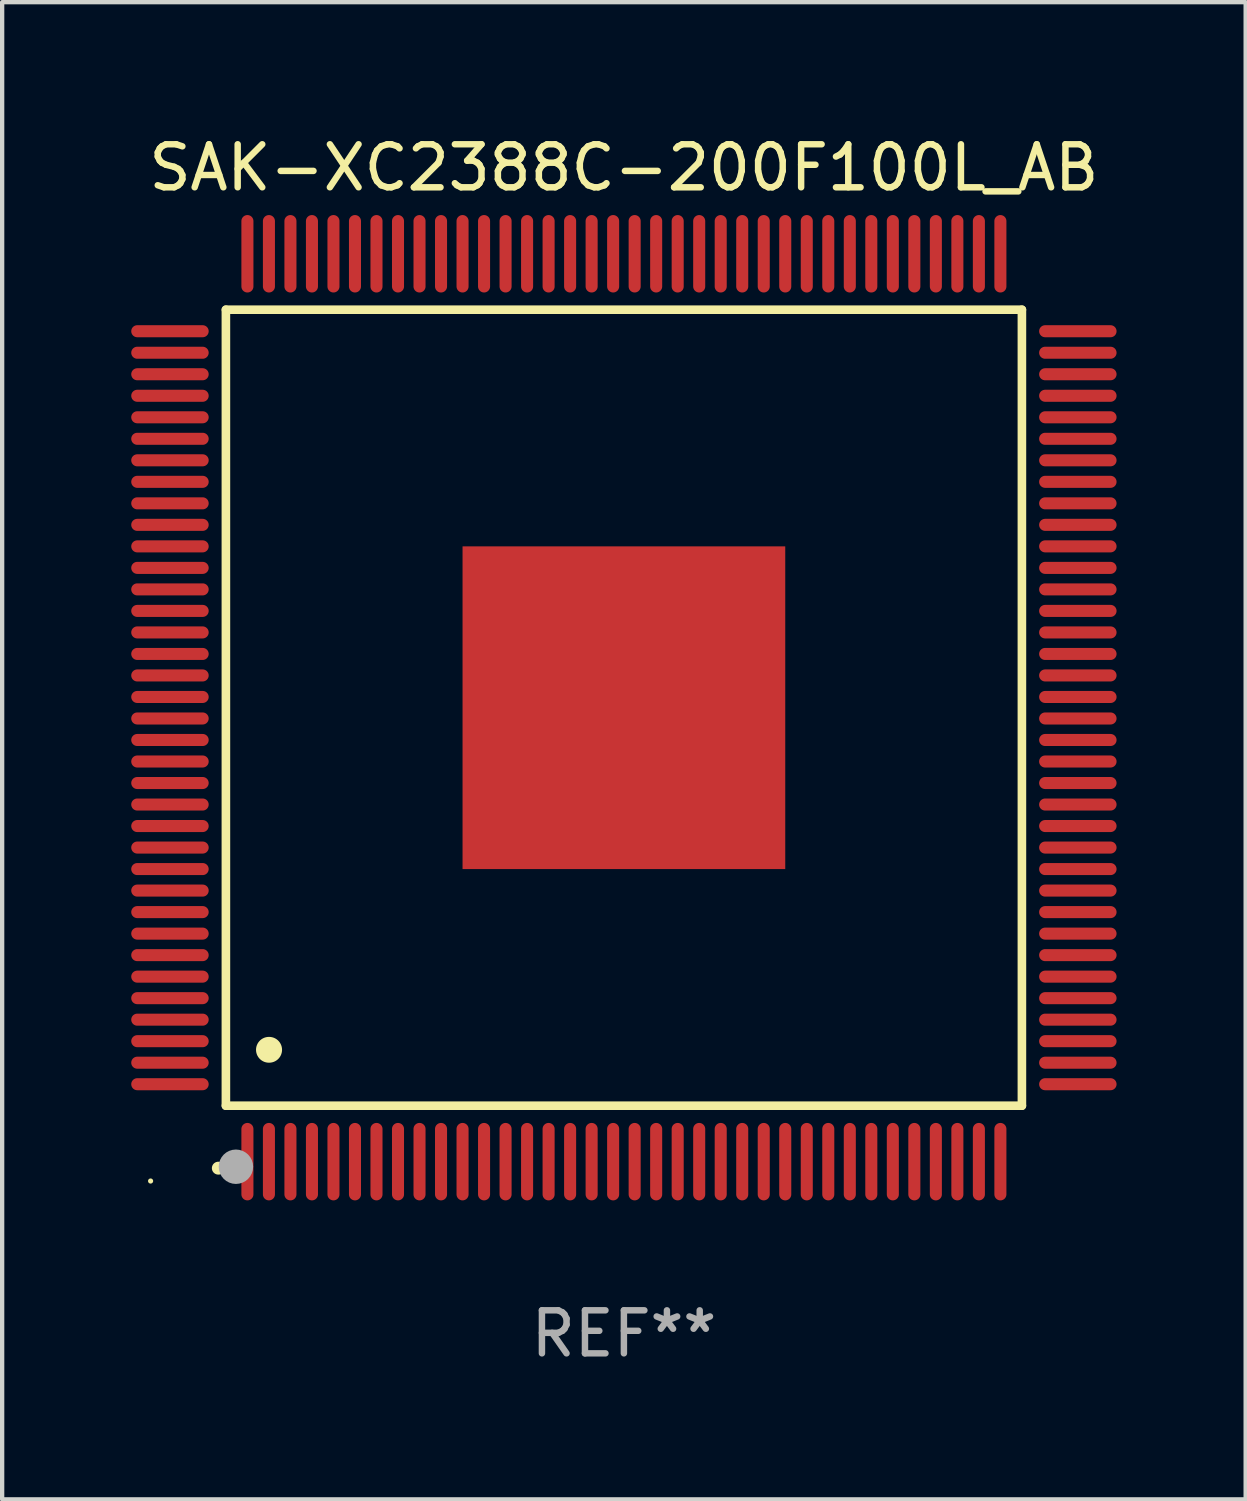
<source format=kicad_pcb>
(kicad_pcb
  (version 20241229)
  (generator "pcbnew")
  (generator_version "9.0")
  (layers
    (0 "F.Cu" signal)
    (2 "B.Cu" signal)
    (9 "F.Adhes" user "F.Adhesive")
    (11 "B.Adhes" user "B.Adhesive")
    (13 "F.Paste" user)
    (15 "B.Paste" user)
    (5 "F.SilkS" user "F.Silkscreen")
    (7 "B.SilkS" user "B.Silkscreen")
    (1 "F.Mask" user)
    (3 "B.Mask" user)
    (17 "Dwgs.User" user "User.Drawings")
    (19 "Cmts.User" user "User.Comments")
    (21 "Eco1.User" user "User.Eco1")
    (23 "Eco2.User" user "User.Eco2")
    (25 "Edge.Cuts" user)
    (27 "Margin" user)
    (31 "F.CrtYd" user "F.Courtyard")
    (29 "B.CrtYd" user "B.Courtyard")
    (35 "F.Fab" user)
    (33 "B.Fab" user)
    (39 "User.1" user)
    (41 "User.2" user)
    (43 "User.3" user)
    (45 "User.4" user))
  (footprint "SAK-XC2388C-200F100L_AB"
    (layer "F.Cu")
    (at 11.45 13.398)
    (property "Reference" "SAK-XC2388C-200F100L_AB" (at 0 -12.55 0) (layer "F.SilkS") (effects (font (size 1 1) (thickness 0.15))))
    (attr through_hole)
    (fp_line (start -9.25 -9.25) (end 9.25 -9.25) (stroke (width 0.2) (type solid)) (layer "F.SilkS"))
    (fp_line (start -9.25 9.25) (end -9.25 -9.25) (stroke (width 0.2) (type solid)) (layer "F.SilkS"))
    (fp_line (start 9.25 -9.25) (end 9.25 9.25) (stroke (width 0.2) (type solid)) (layer "F.SilkS"))
    (fp_line (start 9.25 9.25) (end -9.25 9.25) (stroke (width 0.2) (type solid)) (layer "F.SilkS"))
    (fp_arc (start -9.425959 10.701041) (mid -9.424689 10.701036) (end -9.423419 10.701041) (stroke (width 0.3) (type solid)) (layer "F.SilkS"))
    (fp_arc (start -8.249936 7.950216) (mid -8.247396 7.950205) (end -8.244856 7.950216) (stroke (width 0.6) (type solid)) (layer "F.SilkS"))
    (fp_circle (center -11 11) (end -10.97 11) (stroke (width 0.06) (type solid)) (fill no) (layer "F.SilkS"))
    (fp_circle (center -9.017 10.668) (end -8.817 10.668) (stroke (width 0.4) (type solid)) (fill no) (layer "F.Fab"))
    (fp_text user "REF**" (at 0 14.55 0) (layer "F.Fab") (effects (font (size 1 1) (thickness 0.15))))
    (pad "1" smd oval (at -8.75 10.55 180) (size 0.28 1.8) (layers "F.Cu" "F.Mask" "F.Paste"))
    (pad "2" smd oval (at -8.25 10.55 180) (size 0.28 1.8) (layers "F.Cu" "F.Mask" "F.Paste"))
    (pad "3" smd oval (at -7.75 10.55 180) (size 0.28 1.8) (layers "F.Cu" "F.Mask" "F.Paste"))
    (pad "4" smd oval (at -7.25 10.55 180) (size 0.28 1.8) (layers "F.Cu" "F.Mask" "F.Paste"))
    (pad "5" smd oval (at -6.75 10.55 180) (size 0.28 1.8) (layers "F.Cu" "F.Mask" "F.Paste"))
    (pad "6" smd oval (at -6.25 10.55 180) (size 0.28 1.8) (layers "F.Cu" "F.Mask" "F.Paste"))
    (pad "7" smd oval (at -5.75 10.55 180) (size 0.28 1.8) (layers "F.Cu" "F.Mask" "F.Paste"))
    (pad "8" smd oval (at -5.25 10.55 180) (size 0.28 1.8) (layers "F.Cu" "F.Mask" "F.Paste"))
    (pad "9" smd oval (at -4.75 10.55 180) (size 0.28 1.8) (layers "F.Cu" "F.Mask" "F.Paste"))
    (pad "10" smd oval (at -4.25 10.55 180) (size 0.28 1.8) (layers "F.Cu" "F.Mask" "F.Paste"))
    (pad "11" smd oval (at -3.75 10.55 180) (size 0.28 1.8) (layers "F.Cu" "F.Mask" "F.Paste"))
    (pad "12" smd oval (at -3.25 10.55 180) (size 0.28 1.8) (layers "F.Cu" "F.Mask" "F.Paste"))
    (pad "13" smd oval (at -2.75 10.55 180) (size 0.28 1.8) (layers "F.Cu" "F.Mask" "F.Paste"))
    (pad "14" smd oval (at -2.25 10.55 180) (size 0.28 1.8) (layers "F.Cu" "F.Mask" "F.Paste"))
    (pad "15" smd oval (at -1.75 10.55 180) (size 0.28 1.8) (layers "F.Cu" "F.Mask" "F.Paste"))
    (pad "16" smd oval (at -1.25 10.55 180) (size 0.28 1.8) (layers "F.Cu" "F.Mask" "F.Paste"))
    (pad "17" smd oval (at -0.75 10.55 180) (size 0.28 1.8) (layers "F.Cu" "F.Mask" "F.Paste"))
    (pad "18" smd oval (at -0.25 10.55 180) (size 0.28 1.8) (layers "F.Cu" "F.Mask" "F.Paste"))
    (pad "19" smd oval (at 0.25 10.55 180) (size 0.28 1.8) (layers "F.Cu" "F.Mask" "F.Paste"))
    (pad "20" smd oval (at 0.75 10.55 180) (size 0.28 1.8) (layers "F.Cu" "F.Mask" "F.Paste"))
    (pad "21" smd oval (at 1.25 10.55 180) (size 0.28 1.8) (layers "F.Cu" "F.Mask" "F.Paste"))
    (pad "22" smd oval (at 1.75 10.55 180) (size 0.28 1.8) (layers "F.Cu" "F.Mask" "F.Paste"))
    (pad "23" smd oval (at 2.25 10.55 180) (size 0.28 1.8) (layers "F.Cu" "F.Mask" "F.Paste"))
    (pad "24" smd oval (at 2.75 10.55 180) (size 0.28 1.8) (layers "F.Cu" "F.Mask" "F.Paste"))
    (pad "25" smd oval (at 3.25 10.55 180) (size 0.28 1.8) (layers "F.Cu" "F.Mask" "F.Paste"))
    (pad "26" smd oval (at 3.75 10.55 180) (size 0.28 1.8) (layers "F.Cu" "F.Mask" "F.Paste"))
    (pad "27" smd oval (at 4.25 10.55 180) (size 0.28 1.8) (layers "F.Cu" "F.Mask" "F.Paste"))
    (pad "28" smd oval (at 4.75 10.55 180) (size 0.28 1.8) (layers "F.Cu" "F.Mask" "F.Paste"))
    (pad "29" smd oval (at 5.25 10.55 180) (size 0.28 1.8) (layers "F.Cu" "F.Mask" "F.Paste"))
    (pad "30" smd oval (at 5.75 10.55 180) (size 0.28 1.8) (layers "F.Cu" "F.Mask" "F.Paste"))
    (pad "31" smd oval (at 6.25 10.55 180) (size 0.28 1.8) (layers "F.Cu" "F.Mask" "F.Paste"))
    (pad "32" smd oval (at 6.75 10.55 180) (size 0.28 1.8) (layers "F.Cu" "F.Mask" "F.Paste"))
    (pad "33" smd oval (at 7.25 10.55 180) (size 0.28 1.8) (layers "F.Cu" "F.Mask" "F.Paste"))
    (pad "34" smd oval (at 7.75 10.55 180) (size 0.28 1.8) (layers "F.Cu" "F.Mask" "F.Paste"))
    (pad "35" smd oval (at 8.25 10.55 180) (size 0.28 1.8) (layers "F.Cu" "F.Mask" "F.Paste"))
    (pad "36" smd oval (at 8.75 10.55 180) (size 0.28 1.8) (layers "F.Cu" "F.Mask" "F.Paste"))
    (pad "37" smd oval (at 10.55 8.75 90) (size 0.28 1.8) (layers "F.Cu" "F.Mask" "F.Paste"))
    (pad "38" smd oval (at 10.55 8.25 90) (size 0.28 1.8) (layers "F.Cu" "F.Mask" "F.Paste"))
    (pad "39" smd oval (at 10.55 7.75 90) (size 0.28 1.8) (layers "F.Cu" "F.Mask" "F.Paste"))
    (pad "40" smd oval (at 10.55 7.25 90) (size 0.28 1.8) (layers "F.Cu" "F.Mask" "F.Paste"))
    (pad "41" smd oval (at 10.55 6.75 90) (size 0.28 1.8) (layers "F.Cu" "F.Mask" "F.Paste"))
    (pad "42" smd oval (at 10.55 6.25 90) (size 0.28 1.8) (layers "F.Cu" "F.Mask" "F.Paste"))
    (pad "43" smd oval (at 10.55 5.75 90) (size 0.28 1.8) (layers "F.Cu" "F.Mask" "F.Paste"))
    (pad "44" smd oval (at 10.55 5.25 90) (size 0.28 1.8) (layers "F.Cu" "F.Mask" "F.Paste"))
    (pad "45" smd oval (at 10.55 4.75 90) (size 0.28 1.8) (layers "F.Cu" "F.Mask" "F.Paste"))
    (pad "46" smd oval (at 10.55 4.25 90) (size 0.28 1.8) (layers "F.Cu" "F.Mask" "F.Paste"))
    (pad "47" smd oval (at 10.55 3.75 90) (size 0.28 1.8) (layers "F.Cu" "F.Mask" "F.Paste"))
    (pad "48" smd oval (at 10.55 3.25 90) (size 0.28 1.8) (layers "F.Cu" "F.Mask" "F.Paste"))
    (pad "49" smd oval (at 10.55 2.75 90) (size 0.28 1.8) (layers "F.Cu" "F.Mask" "F.Paste"))
    (pad "50" smd oval (at 10.55 2.25 90) (size 0.28 1.8) (layers "F.Cu" "F.Mask" "F.Paste"))
    (pad "51" smd oval (at 10.55 1.75 90) (size 0.28 1.8) (layers "F.Cu" "F.Mask" "F.Paste"))
    (pad "52" smd oval (at 10.55 1.25 90) (size 0.28 1.8) (layers "F.Cu" "F.Mask" "F.Paste"))
    (pad "53" smd oval (at 10.55 0.75 90) (size 0.28 1.8) (layers "F.Cu" "F.Mask" "F.Paste"))
    (pad "54" smd oval (at 10.55 0.25 90) (size 0.28 1.8) (layers "F.Cu" "F.Mask" "F.Paste"))
    (pad "55" smd oval (at 10.55 -0.25 90) (size 0.28 1.8) (layers "F.Cu" "F.Mask" "F.Paste"))
    (pad "56" smd oval (at 10.55 -0.75 90) (size 0.28 1.8) (layers "F.Cu" "F.Mask" "F.Paste"))
    (pad "57" smd oval (at 10.55 -1.25 90) (size 0.28 1.8) (layers "F.Cu" "F.Mask" "F.Paste"))
    (pad "58" smd oval (at 10.55 -1.75 90) (size 0.28 1.8) (layers "F.Cu" "F.Mask" "F.Paste"))
    (pad "59" smd oval (at 10.55 -2.25 90) (size 0.28 1.8) (layers "F.Cu" "F.Mask" "F.Paste"))
    (pad "60" smd oval (at 10.55 -2.75 90) (size 0.28 1.8) (layers "F.Cu" "F.Mask" "F.Paste"))
    (pad "61" smd oval (at 10.55 -3.25 90) (size 0.28 1.8) (layers "F.Cu" "F.Mask" "F.Paste"))
    (pad "62" smd oval (at 10.55 -3.75 90) (size 0.28 1.8) (layers "F.Cu" "F.Mask" "F.Paste"))
    (pad "63" smd oval (at 10.55 -4.25 90) (size 0.28 1.8) (layers "F.Cu" "F.Mask" "F.Paste"))
    (pad "64" smd oval (at 10.55 -4.75 90) (size 0.28 1.8) (layers "F.Cu" "F.Mask" "F.Paste"))
    (pad "65" smd oval (at 10.55 -5.25 90) (size 0.28 1.8) (layers "F.Cu" "F.Mask" "F.Paste"))
    (pad "66" smd oval (at 10.55 -5.75 90) (size 0.28 1.8) (layers "F.Cu" "F.Mask" "F.Paste"))
    (pad "67" smd oval (at 10.55 -6.25 90) (size 0.28 1.8) (layers "F.Cu" "F.Mask" "F.Paste"))
    (pad "68" smd oval (at 10.55 -6.75 90) (size 0.28 1.8) (layers "F.Cu" "F.Mask" "F.Paste"))
    (pad "69" smd oval (at 10.55 -7.25 90) (size 0.28 1.8) (layers "F.Cu" "F.Mask" "F.Paste"))
    (pad "70" smd oval (at 10.55 -7.75 90) (size 0.28 1.8) (layers "F.Cu" "F.Mask" "F.Paste"))
    (pad "71" smd oval (at 10.55 -8.25 90) (size 0.28 1.8) (layers "F.Cu" "F.Mask" "F.Paste"))
    (pad "72" smd oval (at 10.55 -8.75 90) (size 0.28 1.8) (layers "F.Cu" "F.Mask" "F.Paste"))
    (pad "73" smd oval (at 8.75 -10.55 180) (size 0.28 1.8) (layers "F.Cu" "F.Mask" "F.Paste"))
    (pad "74" smd oval (at 8.25 -10.55 180) (size 0.28 1.8) (layers "F.Cu" "F.Mask" "F.Paste"))
    (pad "75" smd oval (at 7.75 -10.55 180) (size 0.28 1.8) (layers "F.Cu" "F.Mask" "F.Paste"))
    (pad "76" smd oval (at 7.25 -10.55 180) (size 0.28 1.8) (layers "F.Cu" "F.Mask" "F.Paste"))
    (pad "77" smd oval (at 6.75 -10.55 180) (size 0.28 1.8) (layers "F.Cu" "F.Mask" "F.Paste"))
    (pad "78" smd oval (at 6.25 -10.55 180) (size 0.28 1.8) (layers "F.Cu" "F.Mask" "F.Paste"))
    (pad "79" smd oval (at 5.75 -10.55 180) (size 0.28 1.8) (layers "F.Cu" "F.Mask" "F.Paste"))
    (pad "80" smd oval (at 5.25 -10.55 180) (size 0.28 1.8) (layers "F.Cu" "F.Mask" "F.Paste"))
    (pad "81" smd oval (at 4.75 -10.55 180) (size 0.28 1.8) (layers "F.Cu" "F.Mask" "F.Paste"))
    (pad "82" smd oval (at 4.25 -10.55 180) (size 0.28 1.8) (layers "F.Cu" "F.Mask" "F.Paste"))
    (pad "83" smd oval (at 3.75 -10.55 180) (size 0.28 1.8) (layers "F.Cu" "F.Mask" "F.Paste"))
    (pad "84" smd oval (at 3.25 -10.55 180) (size 0.28 1.8) (layers "F.Cu" "F.Mask" "F.Paste"))
    (pad "85" smd oval (at 2.75 -10.55 180) (size 0.28 1.8) (layers "F.Cu" "F.Mask" "F.Paste"))
    (pad "86" smd oval (at 2.25 -10.55 180) (size 0.28 1.8) (layers "F.Cu" "F.Mask" "F.Paste"))
    (pad "87" smd oval (at 1.75 -10.55 180) (size 0.28 1.8) (layers "F.Cu" "F.Mask" "F.Paste"))
    (pad "88" smd oval (at 1.25 -10.55 180) (size 0.28 1.8) (layers "F.Cu" "F.Mask" "F.Paste"))
    (pad "89" smd oval (at 0.75 -10.55 180) (size 0.28 1.8) (layers "F.Cu" "F.Mask" "F.Paste"))
    (pad "90" smd oval (at 0.25 -10.55 180) (size 0.28 1.8) (layers "F.Cu" "F.Mask" "F.Paste"))
    (pad "91" smd oval (at -0.25 -10.55 180) (size 0.28 1.8) (layers "F.Cu" "F.Mask" "F.Paste"))
    (pad "92" smd oval (at -0.75 -10.55 180) (size 0.28 1.8) (layers "F.Cu" "F.Mask" "F.Paste"))
    (pad "93" smd oval (at -1.25 -10.55 180) (size 0.28 1.8) (layers "F.Cu" "F.Mask" "F.Paste"))
    (pad "94" smd oval (at -1.75 -10.55 180) (size 0.28 1.8) (layers "F.Cu" "F.Mask" "F.Paste"))
    (pad "95" smd oval (at -2.25 -10.55 180) (size 0.28 1.8) (layers "F.Cu" "F.Mask" "F.Paste"))
    (pad "96" smd oval (at -2.75 -10.55 180) (size 0.28 1.8) (layers "F.Cu" "F.Mask" "F.Paste"))
    (pad "97" smd oval (at -3.25 -10.55 180) (size 0.28 1.8) (layers "F.Cu" "F.Mask" "F.Paste"))
    (pad "98" smd oval (at -3.75 -10.55 180) (size 0.28 1.8) (layers "F.Cu" "F.Mask" "F.Paste"))
    (pad "99" smd oval (at -4.25 -10.55 180) (size 0.28 1.8) (layers "F.Cu" "F.Mask" "F.Paste"))
    (pad "100" smd oval (at -4.75 -10.55 180) (size 0.28 1.8) (layers "F.Cu" "F.Mask" "F.Paste"))
    (pad "101" smd oval (at -5.25 -10.55 180) (size 0.28 1.8) (layers "F.Cu" "F.Mask" "F.Paste"))
    (pad "102" smd oval (at -5.75 -10.55 180) (size 0.28 1.8) (layers "F.Cu" "F.Mask" "F.Paste"))
    (pad "103" smd oval (at -6.25 -10.55 180) (size 0.28 1.8) (layers "F.Cu" "F.Mask" "F.Paste"))
    (pad "104" smd oval (at -6.75 -10.55 180) (size 0.28 1.8) (layers "F.Cu" "F.Mask" "F.Paste"))
    (pad "105" smd oval (at -7.25 -10.55 180) (size 0.28 1.8) (layers "F.Cu" "F.Mask" "F.Paste"))
    (pad "106" smd oval (at -7.75 -10.55 180) (size 0.28 1.8) (layers "F.Cu" "F.Mask" "F.Paste"))
    (pad "107" smd oval (at -8.25 -10.55 180) (size 0.28 1.8) (layers "F.Cu" "F.Mask" "F.Paste"))
    (pad "108" smd oval (at -8.75 -10.55 180) (size 0.28 1.8) (layers "F.Cu" "F.Mask" "F.Paste"))
    (pad "109" smd oval (at -10.55 -8.75 90) (size 0.28 1.8) (layers "F.Cu" "F.Mask" "F.Paste"))
    (pad "110" smd oval (at -10.55 -8.25 90) (size 0.28 1.8) (layers "F.Cu" "F.Mask" "F.Paste"))
    (pad "111" smd oval (at -10.55 -7.75 90) (size 0.28 1.8) (layers "F.Cu" "F.Mask" "F.Paste"))
    (pad "112" smd oval (at -10.55 -7.25 90) (size 0.28 1.8) (layers "F.Cu" "F.Mask" "F.Paste"))
    (pad "113" smd oval (at -10.55 -6.75 90) (size 0.28 1.8) (layers "F.Cu" "F.Mask" "F.Paste"))
    (pad "114" smd oval (at -10.55 -6.25 90) (size 0.28 1.8) (layers "F.Cu" "F.Mask" "F.Paste"))
    (pad "115" smd oval (at -10.55 -5.75 90) (size 0.28 1.8) (layers "F.Cu" "F.Mask" "F.Paste"))
    (pad "116" smd oval (at -10.55 -5.25 90) (size 0.28 1.8) (layers "F.Cu" "F.Mask" "F.Paste"))
    (pad "117" smd oval (at -10.55 -4.75 90) (size 0.28 1.8) (layers "F.Cu" "F.Mask" "F.Paste"))
    (pad "118" smd oval (at -10.55 -4.25 90) (size 0.28 1.8) (layers "F.Cu" "F.Mask" "F.Paste"))
    (pad "119" smd oval (at -10.55 -3.75 90) (size 0.28 1.8) (layers "F.Cu" "F.Mask" "F.Paste"))
    (pad "120" smd oval (at -10.55 -3.25 90) (size 0.28 1.8) (layers "F.Cu" "F.Mask" "F.Paste"))
    (pad "121" smd oval (at -10.55 -2.75 90) (size 0.28 1.8) (layers "F.Cu" "F.Mask" "F.Paste"))
    (pad "122" smd oval (at -10.55 -2.25 90) (size 0.28 1.8) (layers "F.Cu" "F.Mask" "F.Paste"))
    (pad "123" smd oval (at -10.55 -1.75 90) (size 0.28 1.8) (layers "F.Cu" "F.Mask" "F.Paste"))
    (pad "124" smd oval (at -10.55 -1.25 90) (size 0.28 1.8) (layers "F.Cu" "F.Mask" "F.Paste"))
    (pad "125" smd oval (at -10.55 -0.75 90) (size 0.28 1.8) (layers "F.Cu" "F.Mask" "F.Paste"))
    (pad "126" smd oval (at -10.55 -0.25 90) (size 0.28 1.8) (layers "F.Cu" "F.Mask" "F.Paste"))
    (pad "127" smd oval (at -10.55 0.25 90) (size 0.28 1.8) (layers "F.Cu" "F.Mask" "F.Paste"))
    (pad "128" smd oval (at -10.55 0.75 90) (size 0.28 1.8) (layers "F.Cu" "F.Mask" "F.Paste"))
    (pad "129" smd oval (at -10.55 1.25 90) (size 0.28 1.8) (layers "F.Cu" "F.Mask" "F.Paste"))
    (pad "130" smd oval (at -10.55 1.75 90) (size 0.28 1.8) (layers "F.Cu" "F.Mask" "F.Paste"))
    (pad "131" smd oval (at -10.55 2.25 90) (size 0.28 1.8) (layers "F.Cu" "F.Mask" "F.Paste"))
    (pad "132" smd oval (at -10.55 2.75 90) (size 0.28 1.8) (layers "F.Cu" "F.Mask" "F.Paste"))
    (pad "133" smd oval (at -10.55 3.25 90) (size 0.28 1.8) (layers "F.Cu" "F.Mask" "F.Paste"))
    (pad "134" smd oval (at -10.55 3.75 90) (size 0.28 1.8) (layers "F.Cu" "F.Mask" "F.Paste"))
    (pad "135" smd oval (at -10.55 4.25 90) (size 0.28 1.8) (layers "F.Cu" "F.Mask" "F.Paste"))
    (pad "136" smd oval (at -10.55 4.75 90) (size 0.28 1.8) (layers "F.Cu" "F.Mask" "F.Paste"))
    (pad "137" smd oval (at -10.55 5.25 90) (size 0.28 1.8) (layers "F.Cu" "F.Mask" "F.Paste"))
    (pad "138" smd oval (at -10.55 5.75 90) (size 0.28 1.8) (layers "F.Cu" "F.Mask" "F.Paste"))
    (pad "139" smd oval (at -10.55 6.25 90) (size 0.28 1.8) (layers "F.Cu" "F.Mask" "F.Paste"))
    (pad "140" smd oval (at -10.55 6.75 90) (size 0.28 1.8) (layers "F.Cu" "F.Mask" "F.Paste"))
    (pad "141" smd oval (at -10.55 7.25 90) (size 0.28 1.8) (layers "F.Cu" "F.Mask" "F.Paste"))
    (pad "142" smd oval (at -10.55 7.75 90) (size 0.28 1.8) (layers "F.Cu" "F.Mask" "F.Paste"))
    (pad "143" smd oval (at -10.55 8.25 90) (size 0.28 1.8) (layers "F.Cu" "F.Mask" "F.Paste"))
    (pad "144" smd oval (at -10.55 8.75 90) (size 0.28 1.8) (layers "F.Cu" "F.Mask" "F.Paste"))
    (pad "145" smd rect (at 0 0 90) (size 7.5 7.5) (layers "F.Cu" "F.Mask" "F.Paste")))
  (gr_rect
    (start -3 -3)
    (end 25.9 31.796)
    (stroke (width 0.1) (type default))
    (fill no)
    (layer "Edge.Cuts")))
</source>
